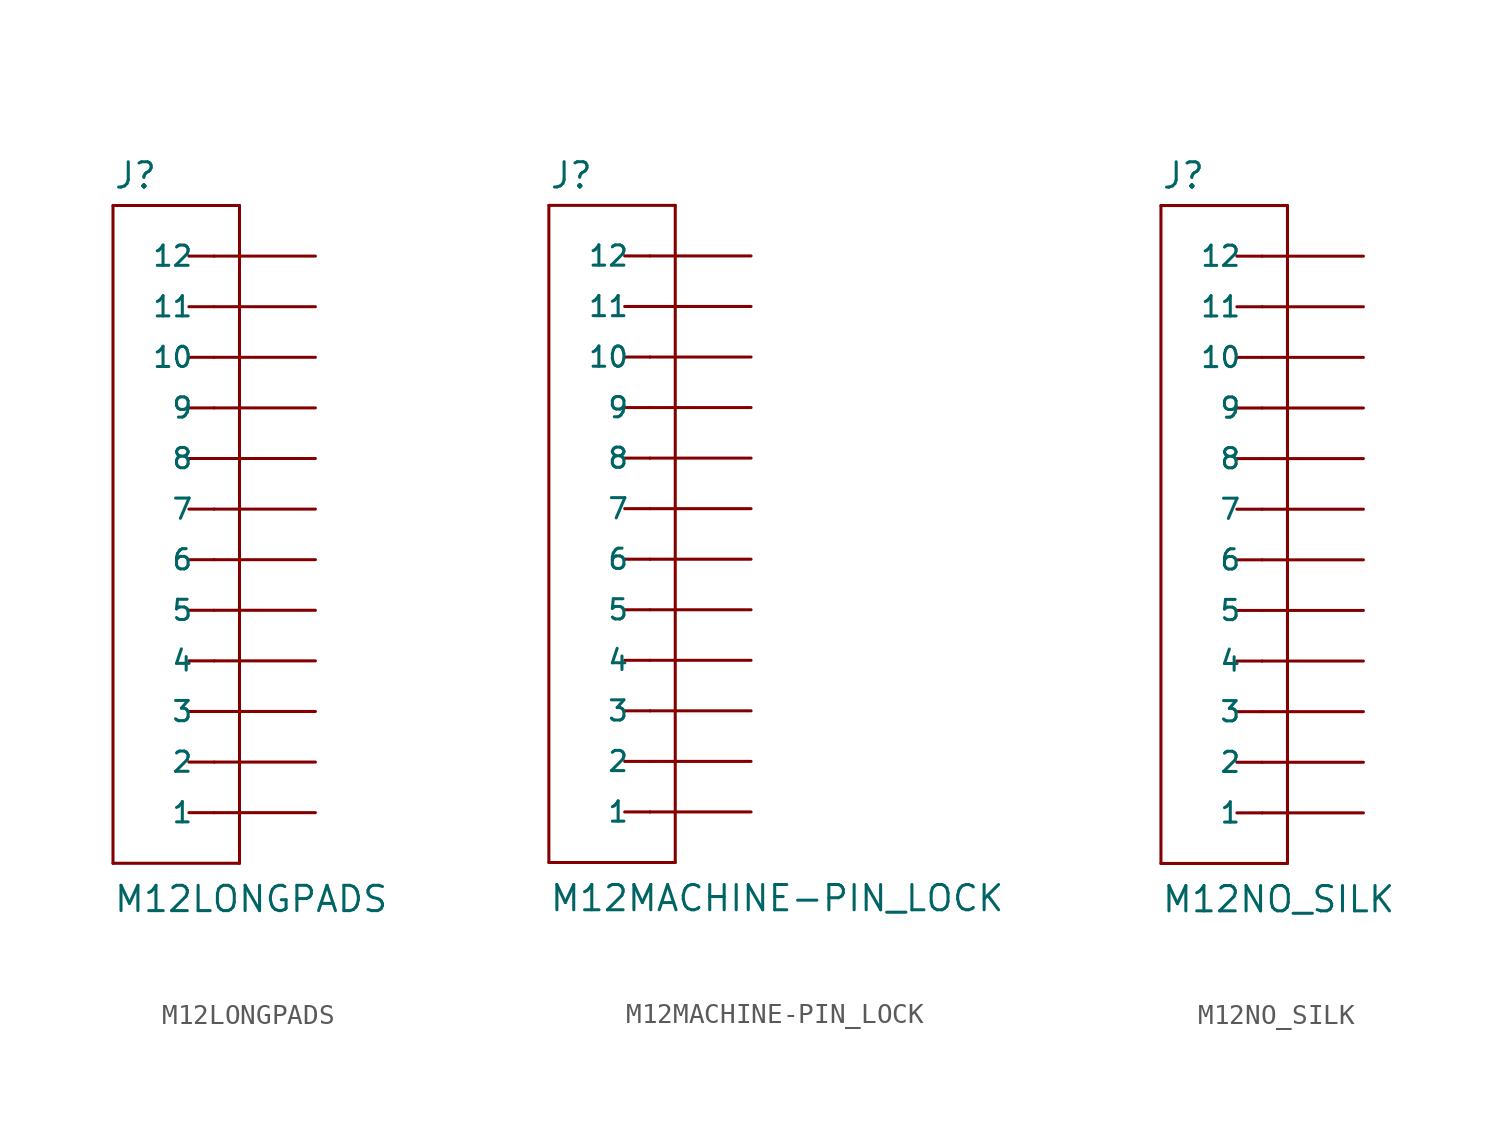
<source format=kicad_sym>
(kicad_symbol_lib
  (version 20211014)
  (generator kicad_symbol_editor)
  (symbol "M12LONGPADS"
    (pin_numbers hide)
    (pin_names
      (offset 1.016))
    (property "Reference" "J"
      (at 0 16.002 0)
      (effects (font (size 1.27 1.27)) (justify left bottom)))
    (property "Value" "M12LONGPADS"
      (at 0 -20.32 0)
      (effects (font (size 1.27 1.27)) (justify left bottom)))
    (property "Datasheet" ""
      (at 0 0 0)
      (effects (font (size 1.524 1.524))))
    (property "ki_locked" ""
      (at 0 0 0)
      (effects (font (size 1.27 1.27))))
    (symbol "M12LONGPADS_1_0"
      (polyline (pts (xy 0 15.24) (xy 0 -17.78)) (stroke (width 0) (type default) (color 0 0 0 0)) (fill (type none)))
      (polyline (pts (xy 0 15.24) (xy 6.35 15.24)) (stroke (width 0) (type default) (color 0 0 0 0)) (fill (type none)))
      (polyline (pts (xy 3.81 -15.24) (xy 5.08 -15.24)) (stroke (width 0) (type default) (color 0 0 0 0)) (fill (type none)))
      (polyline (pts (xy 3.81 -12.7) (xy 5.08 -12.7)) (stroke (width 0) (type default) (color 0 0 0 0)) (fill (type none)))
      (polyline (pts (xy 3.81 -10.16) (xy 5.08 -10.16)) (stroke (width 0) (type default) (color 0 0 0 0)) (fill (type none)))
      (polyline (pts (xy 3.81 -7.62) (xy 5.08 -7.62)) (stroke (width 0) (type default) (color 0 0 0 0)) (fill (type none)))
      (polyline (pts (xy 3.81 -5.08) (xy 5.08 -5.08)) (stroke (width 0) (type default) (color 0 0 0 0)) (fill (type none)))
      (polyline (pts (xy 3.81 -2.54) (xy 5.08 -2.54)) (stroke (width 0) (type default) (color 0 0 0 0)) (fill (type none)))
      (polyline (pts (xy 3.81 0) (xy 5.08 0)) (stroke (width 0) (type default) (color 0 0 0 0)) (fill (type none)))
      (polyline (pts (xy 3.81 2.54) (xy 5.08 2.54)) (stroke (width 0) (type default) (color 0 0 0 0)) (fill (type none)))
      (polyline (pts (xy 3.81 5.08) (xy 5.08 5.08)) (stroke (width 0) (type default) (color 0 0 0 0)) (fill (type none)))
      (polyline (pts (xy 3.81 7.62) (xy 5.08 7.62)) (stroke (width 0) (type default) (color 0 0 0 0)) (fill (type none)))
      (polyline (pts (xy 3.81 10.16) (xy 5.08 10.16)) (stroke (width 0) (type default) (color 0 0 0 0)) (fill (type none)))
      (polyline (pts (xy 3.81 12.7) (xy 5.08 12.7)) (stroke (width 0) (type default) (color 0 0 0 0)) (fill (type none)))
      (polyline (pts (xy 6.35 -17.78) (xy 0 -17.78)) (stroke (width 0) (type default) (color 0 0 0 0)) (fill (type none)))
      (polyline (pts (xy 6.35 -17.78) (xy 6.35 15.24)) (stroke (width 0) (type default) (color 0 0 0 0)) (fill (type none))))
    (symbol "M12LONGPADS_1_1"
      (pin passive line (at 10.16 -15.24 180) (length 5.08) (name "1" (effects (font (size 1.016 1.016)))) (number "1" (effects (font (size 1.016 1.016)))))
      (pin passive line (at 10.16 7.62 180) (length 5.08) (name "10" (effects (font (size 1.016 1.016)))) (number "10" (effects (font (size 1.016 1.016)))))
      (pin passive line (at 10.16 10.16 180) (length 5.08) (name "11" (effects (font (size 1.016 1.016)))) (number "11" (effects (font (size 1.016 1.016)))))
      (pin passive line (at 10.16 12.7 180) (length 5.08) (name "12" (effects (font (size 1.016 1.016)))) (number "12" (effects (font (size 1.016 1.016)))))
      (pin passive line (at 10.16 -12.7 180) (length 5.08) (name "2" (effects (font (size 1.016 1.016)))) (number "2" (effects (font (size 1.016 1.016)))))
      (pin passive line (at 10.16 -10.16 180) (length 5.08) (name "3" (effects (font (size 1.016 1.016)))) (number "3" (effects (font (size 1.016 1.016)))))
      (pin passive line (at 10.16 -7.62 180) (length 5.08) (name "4" (effects (font (size 1.016 1.016)))) (number "4" (effects (font (size 1.016 1.016)))))
      (pin passive line (at 10.16 -5.08 180) (length 5.08) (name "5" (effects (font (size 1.016 1.016)))) (number "5" (effects (font (size 1.016 1.016)))))
      (pin passive line (at 10.16 -2.54 180) (length 5.08) (name "6" (effects (font (size 1.016 1.016)))) (number "6" (effects (font (size 1.016 1.016)))))
      (pin passive line (at 10.16 0 180) (length 5.08) (name "7" (effects (font (size 1.016 1.016)))) (number "7" (effects (font (size 1.016 1.016)))))
      (pin passive line (at 10.16 2.54 180) (length 5.08) (name "8" (effects (font (size 1.016 1.016)))) (number "8" (effects (font (size 1.016 1.016)))))
      (pin passive line (at 10.16 5.08 180) (length 5.08) (name "9" (effects (font (size 1.016 1.016)))) (number "9" (effects (font (size 1.016 1.016)))))))
  (symbol "M12MACHINE-PIN_LOCK"
    (pin_numbers hide)
    (pin_names
      (offset 1.016))
    (property "Reference" "J"
      (at 0 16.002 0)
      (effects (font (size 1.27 1.27)) (justify left bottom)))
    (property "Value" "M12MACHINE-PIN_LOCK"
      (at 0 -20.32 0)
      (effects (font (size 1.27 1.27)) (justify left bottom)))
    (property "Datasheet" ""
      (at 0 0 0)
      (effects (font (size 1.524 1.524))))
    (property "ki_locked" ""
      (at 0 0 0)
      (effects (font (size 1.27 1.27))))
    (symbol "M12MACHINE-PIN_LOCK_1_0"
      (polyline (pts (xy 0 15.24) (xy 0 -17.78)) (stroke (width 0) (type default) (color 0 0 0 0)) (fill (type none)))
      (polyline (pts (xy 0 15.24) (xy 6.35 15.24)) (stroke (width 0) (type default) (color 0 0 0 0)) (fill (type none)))
      (polyline (pts (xy 3.81 -15.24) (xy 5.08 -15.24)) (stroke (width 0) (type default) (color 0 0 0 0)) (fill (type none)))
      (polyline (pts (xy 3.81 -12.7) (xy 5.08 -12.7)) (stroke (width 0) (type default) (color 0 0 0 0)) (fill (type none)))
      (polyline (pts (xy 3.81 -10.16) (xy 5.08 -10.16)) (stroke (width 0) (type default) (color 0 0 0 0)) (fill (type none)))
      (polyline (pts (xy 3.81 -7.62) (xy 5.08 -7.62)) (stroke (width 0) (type default) (color 0 0 0 0)) (fill (type none)))
      (polyline (pts (xy 3.81 -5.08) (xy 5.08 -5.08)) (stroke (width 0) (type default) (color 0 0 0 0)) (fill (type none)))
      (polyline (pts (xy 3.81 -2.54) (xy 5.08 -2.54)) (stroke (width 0) (type default) (color 0 0 0 0)) (fill (type none)))
      (polyline (pts (xy 3.81 0) (xy 5.08 0)) (stroke (width 0) (type default) (color 0 0 0 0)) (fill (type none)))
      (polyline (pts (xy 3.81 2.54) (xy 5.08 2.54)) (stroke (width 0) (type default) (color 0 0 0 0)) (fill (type none)))
      (polyline (pts (xy 3.81 5.08) (xy 5.08 5.08)) (stroke (width 0) (type default) (color 0 0 0 0)) (fill (type none)))
      (polyline (pts (xy 3.81 7.62) (xy 5.08 7.62)) (stroke (width 0) (type default) (color 0 0 0 0)) (fill (type none)))
      (polyline (pts (xy 3.81 10.16) (xy 5.08 10.16)) (stroke (width 0) (type default) (color 0 0 0 0)) (fill (type none)))
      (polyline (pts (xy 3.81 12.7) (xy 5.08 12.7)) (stroke (width 0) (type default) (color 0 0 0 0)) (fill (type none)))
      (polyline (pts (xy 6.35 -17.78) (xy 0 -17.78)) (stroke (width 0) (type default) (color 0 0 0 0)) (fill (type none)))
      (polyline (pts (xy 6.35 -17.78) (xy 6.35 15.24)) (stroke (width 0) (type default) (color 0 0 0 0)) (fill (type none))))
    (symbol "M12MACHINE-PIN_LOCK_1_1"
      (pin passive line (at 10.16 -15.24 180) (length 5.08) (name "1" (effects (font (size 1.016 1.016)))) (number "1" (effects (font (size 1.016 1.016)))))
      (pin passive line (at 10.16 7.62 180) (length 5.08) (name "10" (effects (font (size 1.016 1.016)))) (number "10" (effects (font (size 1.016 1.016)))))
      (pin passive line (at 10.16 10.16 180) (length 5.08) (name "11" (effects (font (size 1.016 1.016)))) (number "11" (effects (font (size 1.016 1.016)))))
      (pin passive line (at 10.16 12.7 180) (length 5.08) (name "12" (effects (font (size 1.016 1.016)))) (number "12" (effects (font (size 1.016 1.016)))))
      (pin passive line (at 10.16 -12.7 180) (length 5.08) (name "2" (effects (font (size 1.016 1.016)))) (number "2" (effects (font (size 1.016 1.016)))))
      (pin passive line (at 10.16 -10.16 180) (length 5.08) (name "3" (effects (font (size 1.016 1.016)))) (number "3" (effects (font (size 1.016 1.016)))))
      (pin passive line (at 10.16 -7.62 180) (length 5.08) (name "4" (effects (font (size 1.016 1.016)))) (number "4" (effects (font (size 1.016 1.016)))))
      (pin passive line (at 10.16 -5.08 180) (length 5.08) (name "5" (effects (font (size 1.016 1.016)))) (number "5" (effects (font (size 1.016 1.016)))))
      (pin passive line (at 10.16 -2.54 180) (length 5.08) (name "6" (effects (font (size 1.016 1.016)))) (number "6" (effects (font (size 1.016 1.016)))))
      (pin passive line (at 10.16 0 180) (length 5.08) (name "7" (effects (font (size 1.016 1.016)))) (number "7" (effects (font (size 1.016 1.016)))))
      (pin passive line (at 10.16 2.54 180) (length 5.08) (name "8" (effects (font (size 1.016 1.016)))) (number "8" (effects (font (size 1.016 1.016)))))
      (pin passive line (at 10.16 5.08 180) (length 5.08) (name "9" (effects (font (size 1.016 1.016)))) (number "9" (effects (font (size 1.016 1.016)))))))
  (symbol "M12NO_SILK"
    (pin_numbers hide)
    (pin_names
      (offset 1.016))
    (property "Reference" "J"
      (at 0 16.002 0)
      (effects (font (size 1.27 1.27)) (justify left bottom)))
    (property "Value" "M12NO_SILK"
      (at 0 -20.32 0)
      (effects (font (size 1.27 1.27)) (justify left bottom)))
    (property "Datasheet" ""
      (at 0 0 0)
      (effects (font (size 1.524 1.524))))
    (property "ki_locked" ""
      (at 0 0 0)
      (effects (font (size 1.27 1.27))))
    (symbol "M12NO_SILK_1_0"
      (polyline (pts (xy 0 15.24) (xy 0 -17.78)) (stroke (width 0) (type default) (color 0 0 0 0)) (fill (type none)))
      (polyline (pts (xy 0 15.24) (xy 6.35 15.24)) (stroke (width 0) (type default) (color 0 0 0 0)) (fill (type none)))
      (polyline (pts (xy 3.81 -15.24) (xy 5.08 -15.24)) (stroke (width 0) (type default) (color 0 0 0 0)) (fill (type none)))
      (polyline (pts (xy 3.81 -12.7) (xy 5.08 -12.7)) (stroke (width 0) (type default) (color 0 0 0 0)) (fill (type none)))
      (polyline (pts (xy 3.81 -10.16) (xy 5.08 -10.16)) (stroke (width 0) (type default) (color 0 0 0 0)) (fill (type none)))
      (polyline (pts (xy 3.81 -7.62) (xy 5.08 -7.62)) (stroke (width 0) (type default) (color 0 0 0 0)) (fill (type none)))
      (polyline (pts (xy 3.81 -5.08) (xy 5.08 -5.08)) (stroke (width 0) (type default) (color 0 0 0 0)) (fill (type none)))
      (polyline (pts (xy 3.81 -2.54) (xy 5.08 -2.54)) (stroke (width 0) (type default) (color 0 0 0 0)) (fill (type none)))
      (polyline (pts (xy 3.81 0) (xy 5.08 0)) (stroke (width 0) (type default) (color 0 0 0 0)) (fill (type none)))
      (polyline (pts (xy 3.81 2.54) (xy 5.08 2.54)) (stroke (width 0) (type default) (color 0 0 0 0)) (fill (type none)))
      (polyline (pts (xy 3.81 5.08) (xy 5.08 5.08)) (stroke (width 0) (type default) (color 0 0 0 0)) (fill (type none)))
      (polyline (pts (xy 3.81 7.62) (xy 5.08 7.62)) (stroke (width 0) (type default) (color 0 0 0 0)) (fill (type none)))
      (polyline (pts (xy 3.81 10.16) (xy 5.08 10.16)) (stroke (width 0) (type default) (color 0 0 0 0)) (fill (type none)))
      (polyline (pts (xy 3.81 12.7) (xy 5.08 12.7)) (stroke (width 0) (type default) (color 0 0 0 0)) (fill (type none)))
      (polyline (pts (xy 6.35 -17.78) (xy 0 -17.78)) (stroke (width 0) (type default) (color 0 0 0 0)) (fill (type none)))
      (polyline (pts (xy 6.35 -17.78) (xy 6.35 15.24)) (stroke (width 0) (type default) (color 0 0 0 0)) (fill (type none))))
    (symbol "M12NO_SILK_1_1"
      (pin passive line (at 10.16 -15.24 180) (length 5.08) (name "1" (effects (font (size 1.016 1.016)))) (number "1" (effects (font (size 1.016 1.016)))))
      (pin passive line (at 10.16 7.62 180) (length 5.08) (name "10" (effects (font (size 1.016 1.016)))) (number "10" (effects (font (size 1.016 1.016)))))
      (pin passive line (at 10.16 10.16 180) (length 5.08) (name "11" (effects (font (size 1.016 1.016)))) (number "11" (effects (font (size 1.016 1.016)))))
      (pin passive line (at 10.16 12.7 180) (length 5.08) (name "12" (effects (font (size 1.016 1.016)))) (number "12" (effects (font (size 1.016 1.016)))))
      (pin passive line (at 10.16 -12.7 180) (length 5.08) (name "2" (effects (font (size 1.016 1.016)))) (number "2" (effects (font (size 1.016 1.016)))))
      (pin passive line (at 10.16 -10.16 180) (length 5.08) (name "3" (effects (font (size 1.016 1.016)))) (number "3" (effects (font (size 1.016 1.016)))))
      (pin passive line (at 10.16 -7.62 180) (length 5.08) (name "4" (effects (font (size 1.016 1.016)))) (number "4" (effects (font (size 1.016 1.016)))))
      (pin passive line (at 10.16 -5.08 180) (length 5.08) (name "5" (effects (font (size 1.016 1.016)))) (number "5" (effects (font (size 1.016 1.016)))))
      (pin passive line (at 10.16 -2.54 180) (length 5.08) (name "6" (effects (font (size 1.016 1.016)))) (number "6" (effects (font (size 1.016 1.016)))))
      (pin passive line (at 10.16 0 180) (length 5.08) (name "7" (effects (font (size 1.016 1.016)))) (number "7" (effects (font (size 1.016 1.016)))))
      (pin passive line (at 10.16 2.54 180) (length 5.08) (name "8" (effects (font (size 1.016 1.016)))) (number "8" (effects (font (size 1.016 1.016)))))
      (pin passive line (at 10.16 5.08 180) (length 5.08) (name "9" (effects (font (size 1.016 1.016)))) (number "9" (effects (font (size 1.016 1.016))))))))
</source>
